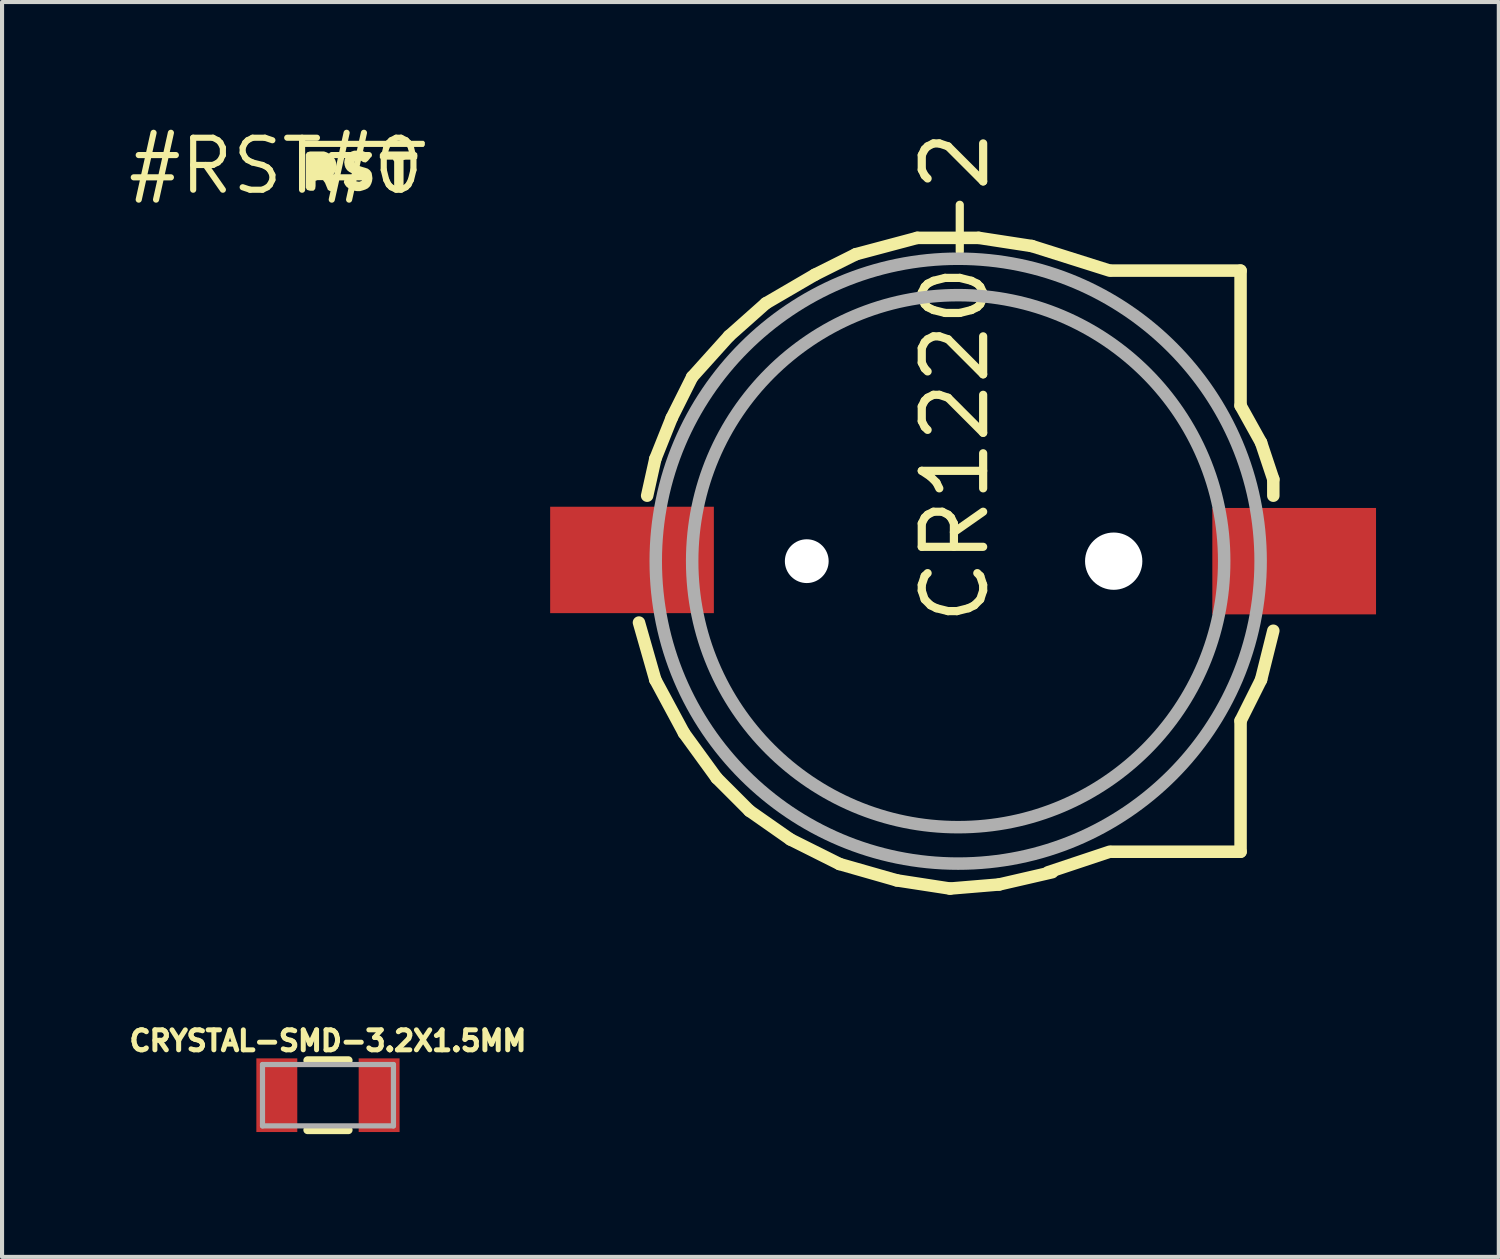
<source format=kicad_pcb>
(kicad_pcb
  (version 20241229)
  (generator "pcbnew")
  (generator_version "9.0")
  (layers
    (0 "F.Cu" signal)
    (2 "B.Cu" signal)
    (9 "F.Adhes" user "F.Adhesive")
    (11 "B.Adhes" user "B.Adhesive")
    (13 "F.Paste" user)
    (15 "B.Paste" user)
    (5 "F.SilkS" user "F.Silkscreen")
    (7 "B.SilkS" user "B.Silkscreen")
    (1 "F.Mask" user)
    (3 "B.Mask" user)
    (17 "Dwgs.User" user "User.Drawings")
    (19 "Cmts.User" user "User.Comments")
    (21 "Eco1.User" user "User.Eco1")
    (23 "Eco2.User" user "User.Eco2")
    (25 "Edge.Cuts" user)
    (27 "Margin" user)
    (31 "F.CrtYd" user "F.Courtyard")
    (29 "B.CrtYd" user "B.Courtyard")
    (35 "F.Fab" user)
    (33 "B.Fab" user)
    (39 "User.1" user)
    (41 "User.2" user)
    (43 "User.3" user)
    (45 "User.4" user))
  (footprint "#RST#0"
    (layer "F.Cu")
    (at 3.696 1.006)
    (property "Reference" "#RST#0" (at 0 0 0) (layer "F.SilkS") (effects (font (size 1.27 1.27) (thickness 0.15))))
    (fp_poly (pts (xy 3.635 -0.582) (xy 3.635 -0.508) (xy 3.603 -0.465) (xy 0.675 -0.465) (xy 0.675 -0.615) (xy 3.602 -0.615)) (stroke (width 0) (type default)) (fill yes) (layer "F.SilkS"))
    (fp_poly (pts (xy 3.392 -0.345) (xy 3.445 -0.313) (xy 3.455 -0.25) (xy 3.445 -0.176) (xy 3.381 -0.155) (xy 3.17 -0.155) (xy 3.115 -0.146) (xy 3.115 0.541) (xy 3.083 0.594) (xy 3.021 0.615) (xy 2.938 0.615) (xy 2.885 0.572) (xy 2.885 -0.109) (xy 2.857 -0.155) (xy 2.588 -0.155) (xy 2.535 -0.198) (xy 2.535 -0.281) (xy 2.567 -0.334) (xy 2.629 -0.355) (xy 3.32 -0.355)) (stroke (width 0) (type default)) (fill yes) (layer "F.SilkS"))
    (fp_poly (pts (xy 1.232 -0.335) (xy 1.293 -0.304) (xy 1.349 -0.267) (xy 1.35 -0.267) (xy 1.353 -0.264) (xy 1.358 -0.261) (xy 1.357 -0.26) (xy 1.404 -0.213) (xy 1.445 -0.152) (xy 1.465 -0.091) (xy 1.475 -0.02) (xy 1.475 0.051) (xy 1.455 0.122) (xy 1.424 0.173) (xy 1.385 0.231) (xy 1.395 0.268) (xy 1.445 0.398) (xy 1.465 0.438) (xy 1.485 0.511) (xy 1.454 0.554) (xy 1.382 0.605) (xy 1.319 0.615) (xy 1.266 0.583) (xy 1.196 0.412) (xy 1.147 0.345) (xy 1.011 0.345) (xy 0.965 0.363) (xy 0.965 0.49) (xy 0.955 0.562) (xy 0.912 0.605) (xy 0.829 0.605) (xy 0.757 0.584) (xy 0.725 0.531) (xy 0.725 -0.281) (xy 0.757 -0.334) (xy 0.829 -0.355) (xy 1.171 -0.355)) (stroke (width 0) (type default)) (fill yes) (layer "F.SilkS"))
    (fp_poly (pts (xy 2.121 -0.365) (xy 2.192 -0.334) (xy 2.243 -0.304) (xy 2.295 -0.242) (xy 2.295 -0.188) (xy 2.244 -0.126) (xy 2.191 -0.085) (xy 2.128 -0.095) (xy 2.068 -0.135) (xy 2.01 -0.155) (xy 1.953 -0.145) (xy 1.915 -0.099) (xy 1.925 -0.043) (xy 1.982 -0.015) (xy 2.111 0.025) (xy 2.181 0.045) (xy 2.242 0.066) (xy 2.294 0.107) (xy 2.335 0.168) (xy 2.345 0.229) (xy 2.355 0.3) (xy 2.345 0.371) (xy 2.325 0.432) (xy 2.294 0.493) (xy 2.243 0.544) (xy 2.182 0.575) (xy 2.121 0.595) (xy 2.051 0.615) (xy 1.98 0.615) (xy 1.919 0.605) (xy 1.848 0.585) (xy 1.787 0.554) (xy 1.727 0.514) (xy 1.686 0.463) (xy 1.655 0.401) (xy 1.665 0.348) (xy 1.727 0.286) (xy 1.79 0.265) (xy 1.843 0.286) (xy 1.903 0.336) (xy 1.962 0.375) (xy 2.03 0.385) (xy 2.087 0.366) (xy 2.115 0.319) (xy 2.096 0.264) (xy 2.038 0.235) (xy 1.979 0.215) (xy 1.909 0.195) (xy 1.848 0.175) (xy 1.787 0.144) (xy 1.736 0.103) (xy 1.695 0.042) (xy 1.675 -0.019) (xy 1.665 -0.09) (xy 1.675 -0.162) (xy 1.706 -0.222) (xy 1.736 -0.273) (xy 1.787 -0.324) (xy 1.848 -0.355) (xy 1.909 -0.375) (xy 2.06 -0.375)) (stroke (width 0) (type default)) (fill yes) (layer "F.SilkS")))
  (footprint "CRYSTAL-SMD-3.2X1.5MM"
    (layer "F.Cu")
    (at 4.964 23.711)
    (property "Reference" "CRYSTAL-SMD-3.2X1.5MM" (at 0 -1.043 0) (layer "F.SilkS") (effects (font (size 0.488 0.488) (thickness 0.122)) (justify bottom)))
    (fp_line (start -0.5 -0.85) (end 0.5 -0.85) (stroke (width 0.203) (type solid)) (layer "F.SilkS"))
    (fp_line (start 0.5 0.85) (end -0.5 0.85) (stroke (width 0.203) (type solid)) (layer "F.SilkS"))
    (fp_line (start -1.6 -0.75) (end 1.6 -0.75) (stroke (width 0.127) (type solid)) (layer "F.Fab"))
    (fp_line (start -1.6 0.75) (end -1.6 -0.75) (stroke (width 0.127) (type solid)) (layer "F.Fab"))
    (fp_line (start 1.6 -0.75) (end 1.6 0.75) (stroke (width 0.127) (type solid)) (layer "F.Fab"))
    (fp_line (start 1.6 0.75) (end -1.6 0.75) (stroke (width 0.127) (type solid)) (layer "F.Fab"))
    (pad "P$1" smd rect (at -1.25 0) (size 1 1.8) (layers "F.Cu" "F.Mask" "F.Paste"))
    (pad "P$2" smd rect (at 1.25 0) (size 1 1.8) (layers "F.Cu" "F.Mask" "F.Paste")))
  (footprint "CR1220-2"
    (layer "F.Cu")
    (at 20.163 10.662)
    (property "Reference" "CR1220-2" (at 1.004 1.638 90) (layer "F.SilkS") (effects (font (size 1.5 1.5) (thickness 0.2)) (justify left bottom)))
    (fp_line (start -7.6 1.5) (end -7.2 2.9) (stroke (width 0.305) (type solid)) (layer "F.SilkS"))
    (fp_line (start -7.4 -1.6) (end -7.2 -2.5) (stroke (width 0.305) (type solid)) (layer "F.SilkS"))
    (fp_line (start -7.2 -2.5) (end -6.8 -3.5) (stroke (width 0.305) (type solid)) (layer "F.SilkS"))
    (fp_line (start -7.2 2.9) (end -6.5 4.2) (stroke (width 0.305) (type solid)) (layer "F.SilkS"))
    (fp_line (start -6.8 -3.5) (end -6.3 -4.5) (stroke (width 0.305) (type solid)) (layer "F.SilkS"))
    (fp_line (start -6.5 4.2) (end -5.7 5.3) (stroke (width 0.305) (type solid)) (layer "F.SilkS"))
    (fp_line (start -6.3 -4.5) (end -5.4 -5.5) (stroke (width 0.305) (type solid)) (layer "F.SilkS"))
    (fp_line (start -5.7 5.3) (end -4.9 6.1) (stroke (width 0.305) (type solid)) (layer "F.SilkS"))
    (fp_line (start -5.4 -5.5) (end -4.5 -6.3) (stroke (width 0.305) (type solid)) (layer "F.SilkS"))
    (fp_line (start -4.9 6.1) (end -3.9 6.8) (stroke (width 0.305) (type solid)) (layer "F.SilkS"))
    (fp_line (start -4.5 -6.3) (end -3.3 -7) (stroke (width 0.305) (type solid)) (layer "F.SilkS"))
    (fp_line (start -3.9 6.8) (end -2.7 7.4) (stroke (width 0.305) (type solid)) (layer "F.SilkS"))
    (fp_line (start -3.3 -7) (end -2.3 -7.5) (stroke (width 0.305) (type solid)) (layer "F.SilkS"))
    (fp_line (start -2.7 7.4) (end -1.3 7.8) (stroke (width 0.305) (type solid)) (layer "F.SilkS"))
    (fp_line (start -2.3 -7.5) (end -0.8 -7.9) (stroke (width 0.305) (type solid)) (layer "F.SilkS"))
    (fp_line (start -1.3 7.8) (end 0 8) (stroke (width 0.305) (type solid)) (layer "F.SilkS"))
    (fp_line (start -0.8 -7.9) (end 0.7 -7.9) (stroke (width 0.305) (type solid)) (layer "F.SilkS"))
    (fp_line (start 0 8) (end 1.2 7.9) (stroke (width 0.305) (type solid)) (layer "F.SilkS"))
    (fp_line (start 0.7 -7.9) (end 2 -7.7) (stroke (width 0.305) (type solid)) (layer "F.SilkS"))
    (fp_line (start 1.2 7.9) (end 2.5 7.6) (stroke (width 0.305) (type solid)) (layer "F.SilkS"))
    (fp_line (start 2 -7.7) (end 3.9 -7.1) (stroke (width 0.305) (type solid)) (layer "F.SilkS"))
    (fp_line (start 2.4 7.6) (end 3.9 7.1) (stroke (width 0.305) (type solid)) (layer "F.SilkS"))
    (fp_line (start 3.95 -7.1) (end 7.1 -7.1) (stroke (width 0.305) (type solid)) (layer "F.SilkS"))
    (fp_line (start 3.95 7.1) (end 7.1 7.1) (stroke (width 0.305) (type solid)) (layer "F.SilkS"))
    (fp_line (start 7.1 -7.1) (end 7.1 -3.8) (stroke (width 0.305) (type solid)) (layer "F.SilkS"))
    (fp_line (start 7.1 -3.8) (end 7.6 -2.9) (stroke (width 0.305) (type solid)) (layer "F.SilkS"))
    (fp_line (start 7.1 3.9) (end 7.6 2.9) (stroke (width 0.305) (type solid)) (layer "F.SilkS"))
    (fp_line (start 7.1 7.1) (end 7.1 3.9) (stroke (width 0.305) (type solid)) (layer "F.SilkS"))
    (fp_line (start 7.6 -2.9) (end 7.9 -2) (stroke (width 0.305) (type solid)) (layer "F.SilkS"))
    (fp_line (start 7.6 2.9) (end 7.9 1.7) (stroke (width 0.305) (type solid)) (layer "F.SilkS"))
    (fp_line (start 7.9 -2) (end 7.9 -1.6) (stroke (width 0.305) (type solid)) (layer "F.SilkS"))
    (fp_circle (center 0.2 0) (end 6.7 0) (stroke (width 0.305) (type solid)) (fill no) (layer "F.Fab"))
    (fp_circle (center 0.2 0) (end 7.59 0) (stroke (width 0.305) (type solid)) (fill no) (layer "F.Fab"))
    (pad "" np_thru_hole circle (at -3.5 0) (size 1.07 1.07) (drill 1.5) (layers "*.Cu" "*.Mask"))
    (pad "" np_thru_hole circle (at 4 0) (size 1.4 1.4) (drill 1.5) (layers "*.Cu" "*.Mask"))
    (pad "+" smd rect (at 8.41 0) (size 4 2.6) (layers "F.Cu" "F.Mask" "F.Paste"))
    (pad "-" smd rect (at -7.77 -0.03) (size 4 2.6) (layers "F.Cu" "F.Mask" "F.Paste")))
  (gr_rect
    (start -3 -3)
    (end 33.573 27.662)
    (stroke (width 0.1) (type default))
    (fill no)
    (layer "Edge.Cuts")))
</source>
